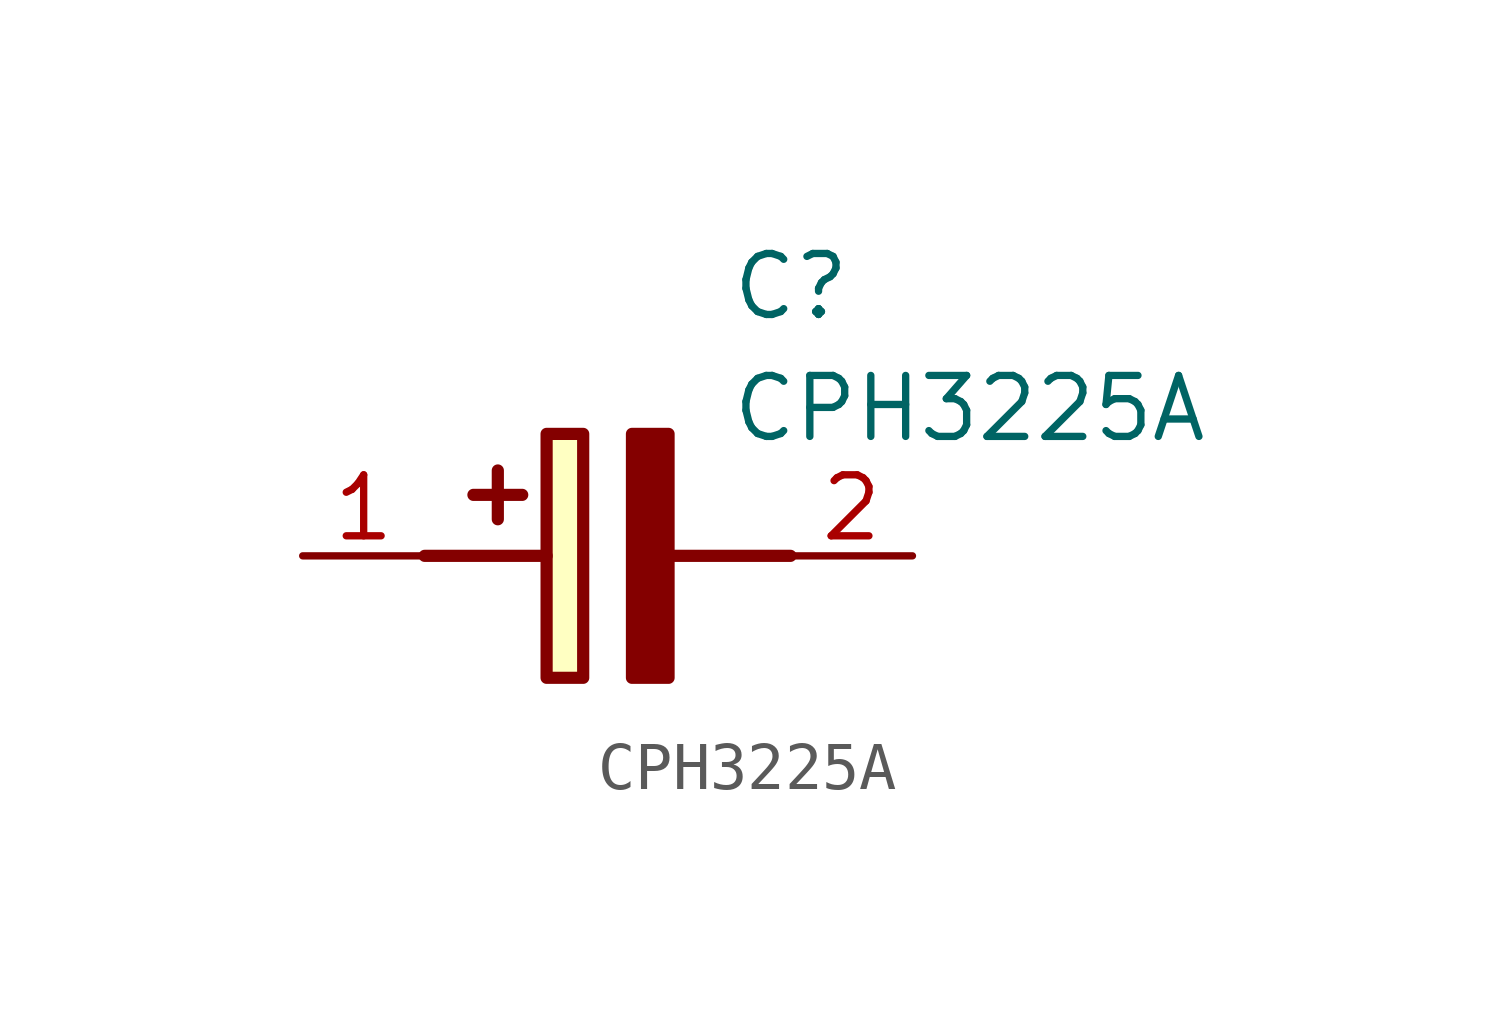
<source format=kicad_sym>
(kicad_symbol_lib
  (version 20211014)
  (generator SamacSys_ECAD_Model)
  (symbol "CPH3225A"
    (pin_names hide)
    (property "Reference" "C"
      (at 8.89 6.35 0)
      (effects (font (size 1.27 1.27)) (justify left top)))
    (property "Value" "CPH3225A"
      (at 8.89 3.81 0)
      (effects (font (size 1.27 1.27)) (justify left top)))
    (rectangle
      (start 5.08 2.54)
      (end 5.842 -2.54)
      (stroke (width 0.254) (type default))
      (fill (type background)))
    (polyline
      (pts (xy 4.572 1.27) (xy 3.556 1.27))
      (stroke (width 0.254) (type default))
      (fill (type none)))
    (polyline
      (pts (xy 4.064 1.778) (xy 4.064 0.762))
      (stroke (width 0.254) (type default))
      (fill (type none)))
    (polyline
      (pts (xy 2.54 0) (xy 5.08 0))
      (stroke (width 0.254) (type default))
      (fill (type none)))
    (polyline
      (pts (xy 7.62 0) (xy 10.16 0))
      (stroke (width 0.254) (type default))
      (fill (type none)))
    (polyline
      (pts (xy 7.62 2.54) (xy 7.62 -2.54) (xy 6.858 -2.54) (xy 6.858 2.54) (xy 7.62 2.54))
      (stroke (width 0.254) (type default))
      (fill (type outline)))
    (pin passive line
      (at 0 0 0)
      (length 2.54)
      (name "+" (effects (font (size 1.27 1.27))))
      (number "1" (effects (font (size 1.27 1.27)))))
    (pin passive line
      (at 12.7 0 180)
      (length 2.54)
      (name "-" (effects (font (size 1.27 1.27))))
      (number "2" (effects (font (size 1.27 1.27)))))))
</source>
